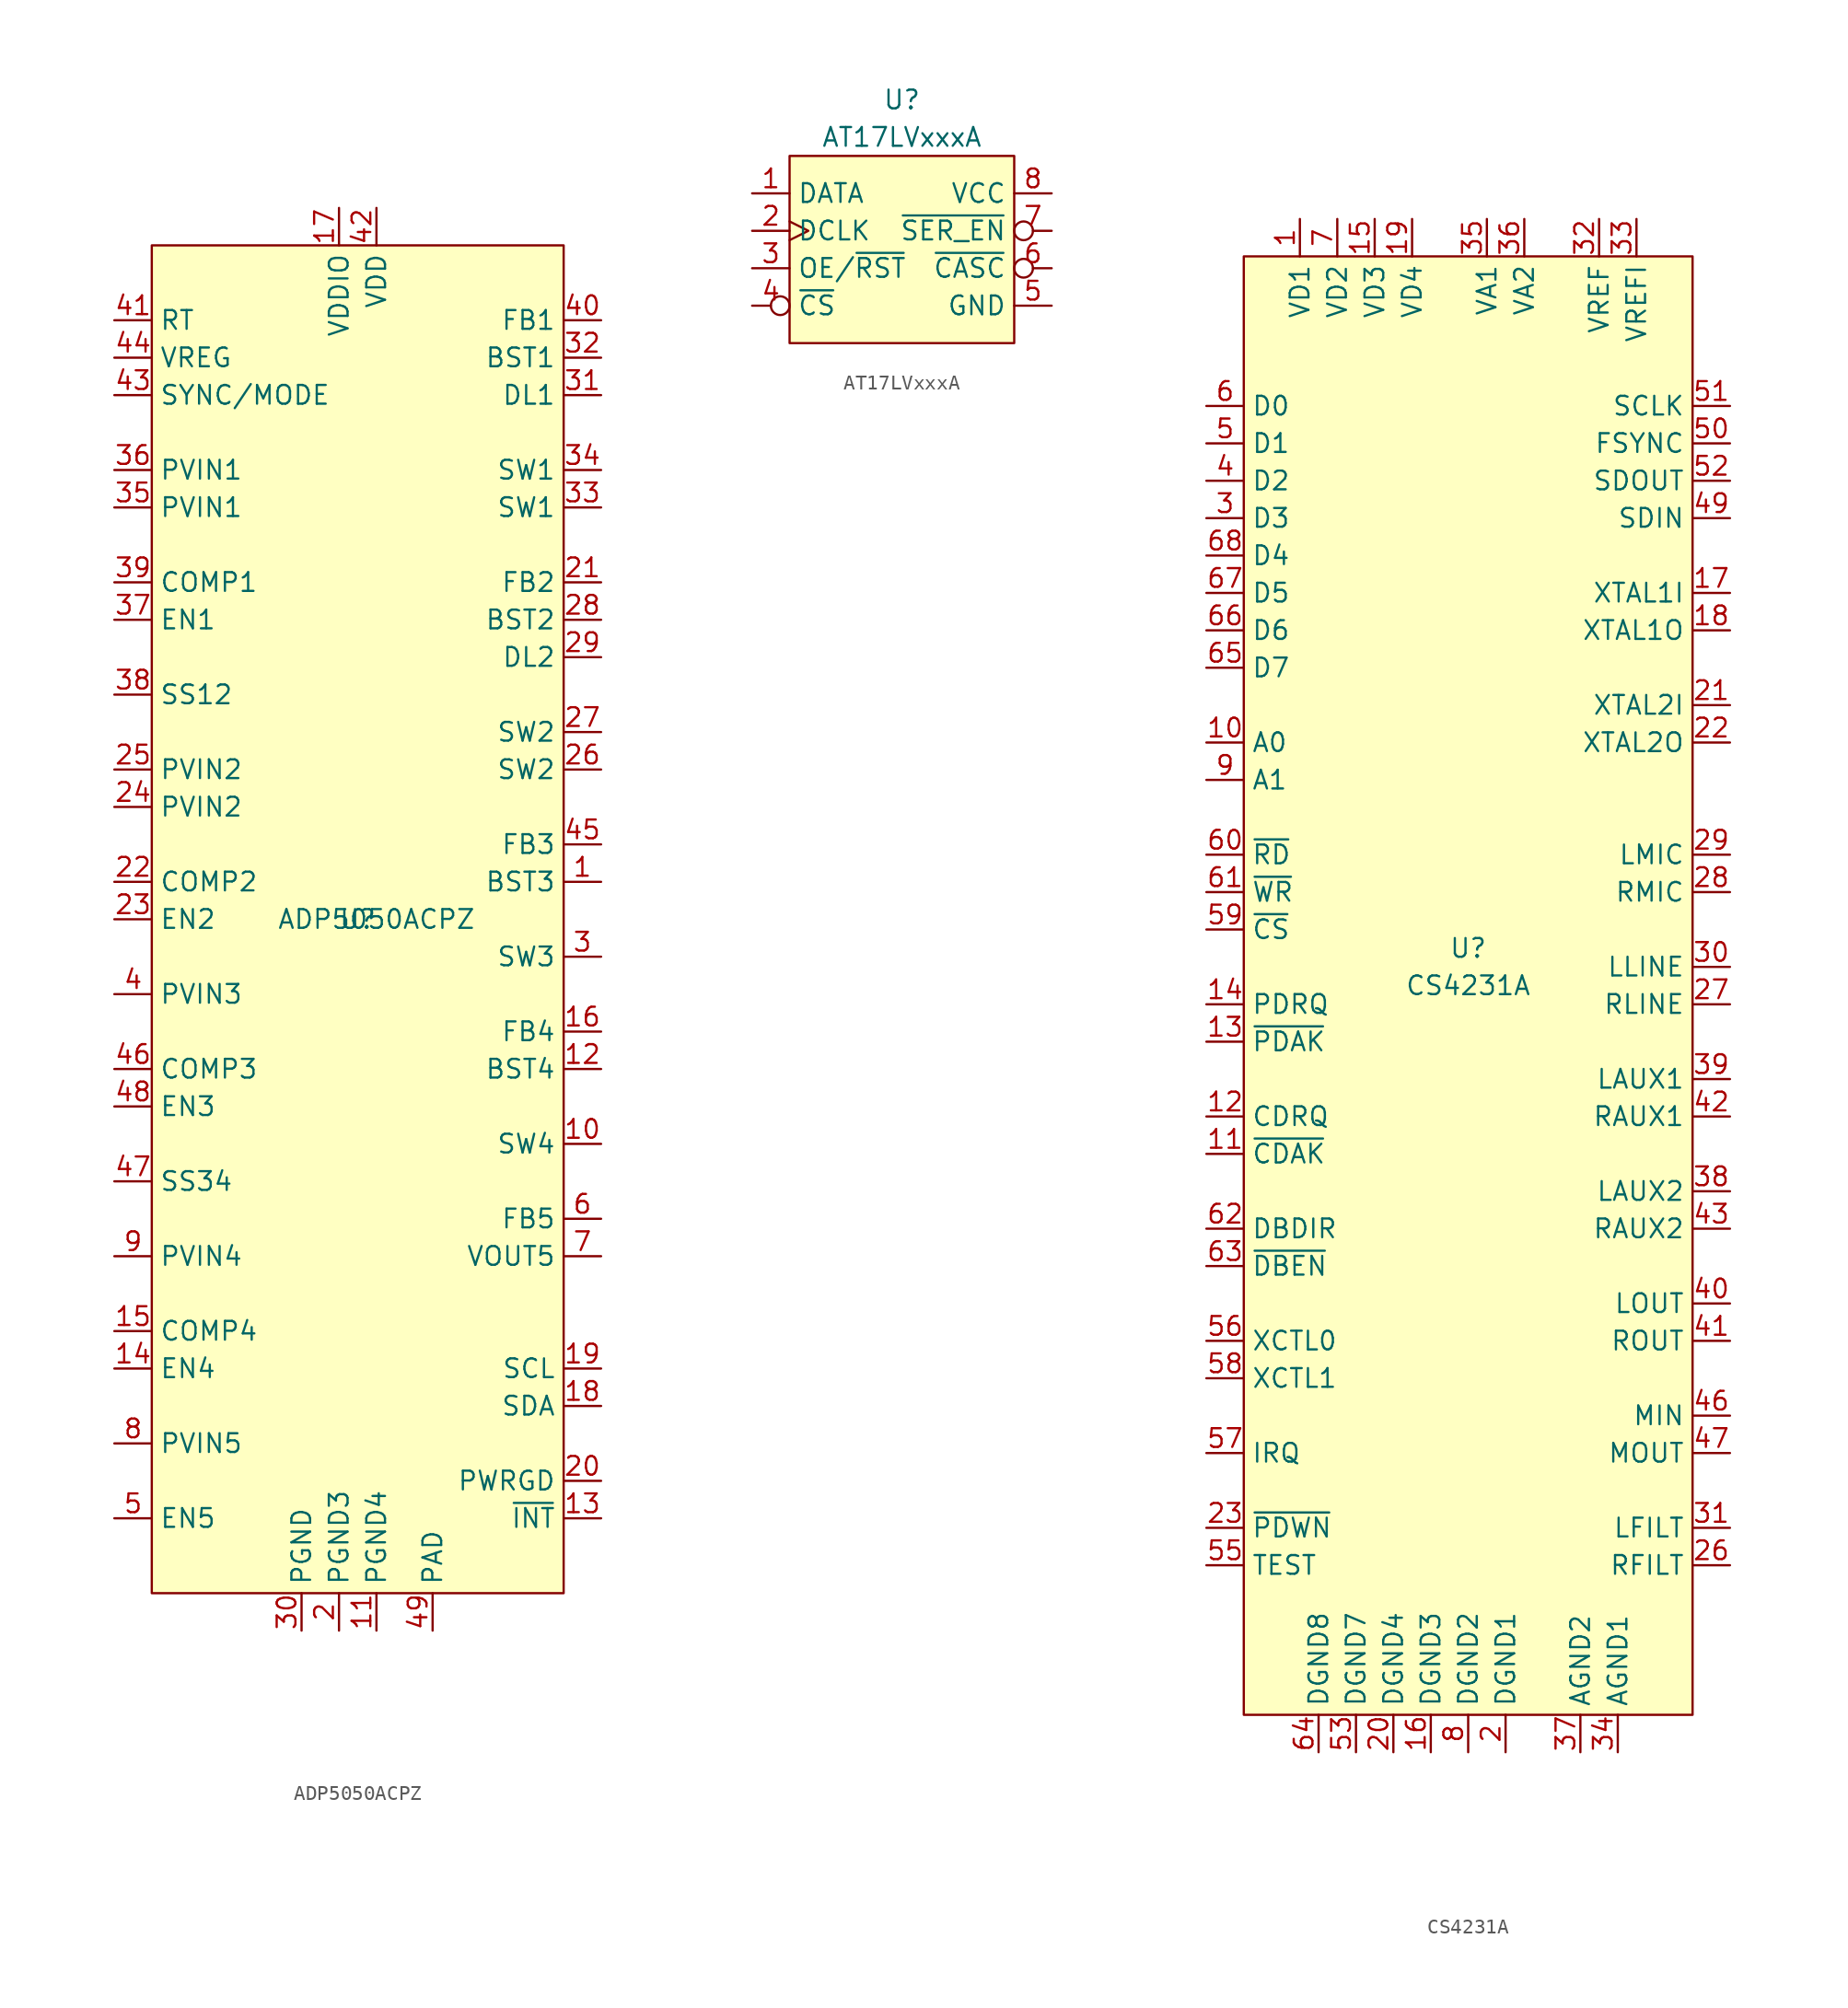
<source format=kicad_sym>
(kicad_symbol_lib
  (version 20220914)
  (generator kicad_symbol_editor)
  (symbol "ADP5050ACPZ"
    (property "Reference" "U"
      (at 0 0 0)
      (effects (font (size 1.27 1.27))))
    (property "Value" "ADP5050ACPZ"
      (at 1.27 0 0)
      (effects (font (size 1.27 1.27))))
    (symbol "ADP5050ACPZ_1_0"
      (pin power_out line (at 16.51 2.54 180) (length 2.54) (name "BST3" (effects (font (size 1.27 1.27)))) (number "1" (effects (font (size 1.27 1.27)))))
      (pin output line (at 16.51 -15.24 180) (length 2.54) (name "SW4" (effects (font (size 1.27 1.27)))) (number "10" (effects (font (size 1.27 1.27)))))
      (pin power_in line (at 1.27 -48.26 90) (length 2.54) (name "PGND4" (effects (font (size 1.27 1.27)))) (number "11" (effects (font (size 1.27 1.27)))))
      (pin power_out line (at 16.51 -10.16 180) (length 2.54) (name "BST4" (effects (font (size 1.27 1.27)))) (number "12" (effects (font (size 1.27 1.27)))))
      (pin output line (at 16.51 -40.64 180) (length 2.54) (name "~{INT}" (effects (font (size 1.27 1.27)))) (number "13" (effects (font (size 1.27 1.27)))))
      (pin input line (at -16.51 -30.48 0) (length 2.54) (name "EN4" (effects (font (size 1.27 1.27)))) (number "14" (effects (font (size 1.27 1.27)))))
      (pin output line (at -16.51 -27.94 0) (length 2.54) (name "COMP4" (effects (font (size 1.27 1.27)))) (number "15" (effects (font (size 1.27 1.27)))))
      (pin input line (at 16.51 -7.62 180) (length 2.54) (name "FB4" (effects (font (size 1.27 1.27)))) (number "16" (effects (font (size 1.27 1.27)))))
      (pin power_in line (at -1.27 48.26 270) (length 2.54) (name "VDDIO" (effects (font (size 1.27 1.27)))) (number "17" (effects (font (size 1.27 1.27)))))
      (pin bidirectional line (at 16.51 -33.02 180) (length 2.54) (name "SDA" (effects (font (size 1.27 1.27)))) (number "18" (effects (font (size 1.27 1.27)))))
      (pin input line (at 16.51 -30.48 180) (length 2.54) (name "SCL" (effects (font (size 1.27 1.27)))) (number "19" (effects (font (size 1.27 1.27)))))
      (pin power_in line (at -1.27 -48.26 90) (length 2.54) (name "PGND3" (effects (font (size 1.27 1.27)))) (number "2" (effects (font (size 1.27 1.27)))))
      (pin output line (at 16.51 -38.1 180) (length 2.54) (name "PWRGD" (effects (font (size 1.27 1.27)))) (number "20" (effects (font (size 1.27 1.27)))))
      (pin input line (at 16.51 22.86 180) (length 2.54) (name "FB2" (effects (font (size 1.27 1.27)))) (number "21" (effects (font (size 1.27 1.27)))))
      (pin output line (at -16.51 2.54 0) (length 2.54) (name "COMP2" (effects (font (size 1.27 1.27)))) (number "22" (effects (font (size 1.27 1.27)))))
      (pin input line (at -16.51 0 0) (length 2.54) (name "EN2" (effects (font (size 1.27 1.27)))) (number "23" (effects (font (size 1.27 1.27)))))
      (pin power_in line (at -16.51 7.62 0) (length 2.54) (name "PVIN2" (effects (font (size 1.27 1.27)))) (number "24" (effects (font (size 1.27 1.27)))))
      (pin power_in line (at -16.51 10.16 0) (length 2.54) (name "PVIN2" (effects (font (size 1.27 1.27)))) (number "25" (effects (font (size 1.27 1.27)))))
      (pin output line (at 16.51 10.16 180) (length 2.54) (name "SW2" (effects (font (size 1.27 1.27)))) (number "26" (effects (font (size 1.27 1.27)))))
      (pin output line (at 16.51 12.7 180) (length 2.54) (name "SW2" (effects (font (size 1.27 1.27)))) (number "27" (effects (font (size 1.27 1.27)))))
      (pin power_out line (at 16.51 20.32 180) (length 2.54) (name "BST2" (effects (font (size 1.27 1.27)))) (number "28" (effects (font (size 1.27 1.27)))))
      (pin input line (at 16.51 17.78 180) (length 2.54) (name "DL2" (effects (font (size 1.27 1.27)))) (number "29" (effects (font (size 1.27 1.27)))))
      (pin output line (at 16.51 -2.54 180) (length 2.54) (name "SW3" (effects (font (size 1.27 1.27)))) (number "3" (effects (font (size 1.27 1.27)))))
      (pin power_in line (at -3.81 -48.26 90) (length 2.54) (name "PGND" (effects (font (size 1.27 1.27)))) (number "30" (effects (font (size 1.27 1.27)))))
      (pin input line (at 16.51 35.56 180) (length 2.54) (name "DL1" (effects (font (size 1.27 1.27)))) (number "31" (effects (font (size 1.27 1.27)))))
      (pin power_out line (at 16.51 38.1 180) (length 2.54) (name "BST1" (effects (font (size 1.27 1.27)))) (number "32" (effects (font (size 1.27 1.27)))))
      (pin output line (at 16.51 27.94 180) (length 2.54) (name "SW1" (effects (font (size 1.27 1.27)))) (number "33" (effects (font (size 1.27 1.27)))))
      (pin output line (at 16.51 30.48 180) (length 2.54) (name "SW1" (effects (font (size 1.27 1.27)))) (number "34" (effects (font (size 1.27 1.27)))))
      (pin power_in line (at -16.51 27.94 0) (length 2.54) (name "PVIN1" (effects (font (size 1.27 1.27)))) (number "35" (effects (font (size 1.27 1.27)))))
      (pin power_in line (at -16.51 30.48 0) (length 2.54) (name "PVIN1" (effects (font (size 1.27 1.27)))) (number "36" (effects (font (size 1.27 1.27)))))
      (pin input line (at -16.51 20.32 0) (length 2.54) (name "EN1" (effects (font (size 1.27 1.27)))) (number "37" (effects (font (size 1.27 1.27)))))
      (pin input line (at -16.51 15.24 0) (length 2.54) (name "SS12" (effects (font (size 1.27 1.27)))) (number "38" (effects (font (size 1.27 1.27)))))
      (pin output line (at -16.51 22.86 0) (length 2.54) (name "COMP1" (effects (font (size 1.27 1.27)))) (number "39" (effects (font (size 1.27 1.27)))))
      (pin power_in line (at -16.51 -5.08 0) (length 2.54) (name "PVIN3" (effects (font (size 1.27 1.27)))) (number "4" (effects (font (size 1.27 1.27)))))
      (pin input line (at 16.51 40.64 180) (length 2.54) (name "FB1" (effects (font (size 1.27 1.27)))) (number "40" (effects (font (size 1.27 1.27)))))
      (pin input line (at -16.51 40.64 0) (length 2.54) (name "RT" (effects (font (size 1.27 1.27)))) (number "41" (effects (font (size 1.27 1.27)))))
      (pin power_in line (at 1.27 48.26 270) (length 2.54) (name "VDD" (effects (font (size 1.27 1.27)))) (number "42" (effects (font (size 1.27 1.27)))))
      (pin bidirectional line (at -16.51 35.56 0) (length 2.54) (name "SYNC/MODE" (effects (font (size 1.27 1.27)))) (number "43" (effects (font (size 1.27 1.27)))))
      (pin power_out line (at -16.51 38.1 0) (length 2.54) (name "VREG" (effects (font (size 1.27 1.27)))) (number "44" (effects (font (size 1.27 1.27)))))
      (pin input line (at 16.51 5.08 180) (length 2.54) (name "FB3" (effects (font (size 1.27 1.27)))) (number "45" (effects (font (size 1.27 1.27)))))
      (pin output line (at -16.51 -10.16 0) (length 2.54) (name "COMP3" (effects (font (size 1.27 1.27)))) (number "46" (effects (font (size 1.27 1.27)))))
      (pin input line (at -16.51 -17.78 0) (length 2.54) (name "SS34" (effects (font (size 1.27 1.27)))) (number "47" (effects (font (size 1.27 1.27)))))
      (pin input line (at -16.51 -12.7 0) (length 2.54) (name "EN3" (effects (font (size 1.27 1.27)))) (number "48" (effects (font (size 1.27 1.27)))))
      (pin power_in line (at 5.08 -48.26 90) (length 2.54) (name "PAD" (effects (font (size 1.27 1.27)))) (number "49" (effects (font (size 1.27 1.27)))))
      (pin input line (at -16.51 -40.64 0) (length 2.54) (name "EN5" (effects (font (size 1.27 1.27)))) (number "5" (effects (font (size 1.27 1.27)))))
      (pin input line (at 16.51 -20.32 180) (length 2.54) (name "FB5" (effects (font (size 1.27 1.27)))) (number "6" (effects (font (size 1.27 1.27)))))
      (pin power_out line (at 16.51 -22.86 180) (length 2.54) (name "VOUT5" (effects (font (size 1.27 1.27)))) (number "7" (effects (font (size 1.27 1.27)))))
      (pin power_in line (at -16.51 -35.56 0) (length 2.54) (name "PVIN5" (effects (font (size 1.27 1.27)))) (number "8" (effects (font (size 1.27 1.27)))))
      (pin power_in line (at -16.51 -22.86 0) (length 2.54) (name "PVIN4" (effects (font (size 1.27 1.27)))) (number "9" (effects (font (size 1.27 1.27))))))
    (symbol "ADP5050ACPZ_1_1"
      (rectangle (start -13.97 45.72) (end 13.97 -45.72) (stroke (width 0) (type default)) (fill (type background)))))
  (symbol "AT17LVxxxA"
    (property "Reference" "U"
      (at 0 10.16 0)
      (effects (font (size 1.27 1.27))))
    (property "Value" "AT17LVxxxA"
      (at 0 7.62 0)
      (effects (font (size 1.27 1.27))))
    (symbol "AT17LVxxxA_1_1"
      (rectangle (start -7.62 6.35) (end 7.62 -6.35) (stroke (width 0) (type default)) (fill (type background)))
      (pin bidirectional line (at -10.16 3.81 0) (length 2.54) (name "DATA" (effects (font (size 1.27 1.27)))) (number "1" (effects (font (size 1.27 1.27)))))
      (pin bidirectional clock (at -10.16 1.27 0) (length 2.54) (name "DCLK" (effects (font (size 1.27 1.27)))) (number "2" (effects (font (size 1.27 1.27)))))
      (pin bidirectional line (at -10.16 -1.27 0) (length 2.54) (name "OE/~{RST}" (effects (font (size 1.27 1.27)))) (number "3" (effects (font (size 1.27 1.27)))))
      (pin input inverted (at -10.16 -3.81 0) (length 2.54) (name "~{CS}" (effects (font (size 1.27 1.27)))) (number "4" (effects (font (size 1.27 1.27)))))
      (pin power_in line (at 10.16 -3.81 180) (length 2.54) (name "GND" (effects (font (size 1.27 1.27)))) (number "5" (effects (font (size 1.27 1.27)))))
      (pin output inverted (at 10.16 -1.27 180) (length 2.54) (name "~{CASC}" (effects (font (size 1.27 1.27)))) (number "6" (effects (font (size 1.27 1.27)))))
      (pin input inverted (at 10.16 1.27 180) (length 2.54) (name "~{SER_EN}" (effects (font (size 1.27 1.27)))) (number "7" (effects (font (size 1.27 1.27)))))
      (pin power_in line (at 10.16 3.81 180) (length 2.54) (name "VCC" (effects (font (size 1.27 1.27)))) (number "8" (effects (font (size 1.27 1.27)))))))
  (symbol "CS4231A"
    (property "Reference" "U"
      (at 0 1.27 0)
      (effects (font (size 1.27 1.27))))
    (property "Value" "CS4231A"
      (at 0 -1.27 0)
      (effects (font (size 1.27 1.27))))
    (symbol "CS4231A_1_1"
      (rectangle (start -15.24 48.26) (end 15.24 -50.8) (stroke (width 0) (type default)) (fill (type background)))
      (pin power_in line (at -11.43 50.8 270) (length 2.54) (name "VD1" (effects (font (size 1.27 1.27)))) (number "1" (effects (font (size 1.27 1.27)))))
      (pin input line (at -17.78 15.24 0) (length 2.54) (name "A0" (effects (font (size 1.27 1.27)))) (number "10" (effects (font (size 1.27 1.27)))))
      (pin input line (at -17.78 -12.7 0) (length 2.54) (name "~{CDAK}" (effects (font (size 1.27 1.27)))) (number "11" (effects (font (size 1.27 1.27)))))
      (pin output line (at -17.78 -10.16 0) (length 2.54) (name "CDRQ" (effects (font (size 1.27 1.27)))) (number "12" (effects (font (size 1.27 1.27)))))
      (pin input line (at -17.78 -5.08 0) (length 2.54) (name "~{PDAK}" (effects (font (size 1.27 1.27)))) (number "13" (effects (font (size 1.27 1.27)))))
      (pin output line (at -17.78 -2.54 0) (length 2.54) (name "PDRQ" (effects (font (size 1.27 1.27)))) (number "14" (effects (font (size 1.27 1.27)))))
      (pin power_in line (at -6.35 50.8 270) (length 2.54) (name "VD3" (effects (font (size 1.27 1.27)))) (number "15" (effects (font (size 1.27 1.27)))))
      (pin power_in line (at -2.54 -53.34 90) (length 2.54) (name "DGND3" (effects (font (size 1.27 1.27)))) (number "16" (effects (font (size 1.27 1.27)))))
      (pin input line (at 17.78 25.4 180) (length 2.54) (name "XTAL1I" (effects (font (size 1.27 1.27)))) (number "17" (effects (font (size 1.27 1.27)))))
      (pin output line (at 17.78 22.86 180) (length 2.54) (name "XTAL1O" (effects (font (size 1.27 1.27)))) (number "18" (effects (font (size 1.27 1.27)))))
      (pin power_in line (at -3.81 50.8 270) (length 2.54) (name "VD4" (effects (font (size 1.27 1.27)))) (number "19" (effects (font (size 1.27 1.27)))))
      (pin power_in line (at 2.54 -53.34 90) (length 2.54) (name "DGND1" (effects (font (size 1.27 1.27)))) (number "2" (effects (font (size 1.27 1.27)))))
      (pin power_in line (at -5.08 -53.34 90) (length 2.54) (name "DGND4" (effects (font (size 1.27 1.27)))) (number "20" (effects (font (size 1.27 1.27)))))
      (pin input line (at 17.78 17.78 180) (length 2.54) (name "XTAL2I" (effects (font (size 1.27 1.27)))) (number "21" (effects (font (size 1.27 1.27)))))
      (pin output line (at 17.78 15.24 180) (length 2.54) (name "XTAL2O" (effects (font (size 1.27 1.27)))) (number "22" (effects (font (size 1.27 1.27)))))
      (pin input line (at -17.78 -38.1 0) (length 2.54) (name "~{PDWN}" (effects (font (size 1.27 1.27)))) (number "23" (effects (font (size 1.27 1.27)))))
      (pin no_connect line (at 17.78 -45.72 180) (length 2.54) hide (name "NC" (effects (font (size 1.27 1.27)))) (number "24" (effects (font (size 1.27 1.27)))))
      (pin no_connect line (at 17.78 -45.72 180) (length 2.54) hide (name "NC" (effects (font (size 1.27 1.27)))) (number "25" (effects (font (size 1.27 1.27)))))
      (pin power_in line (at 17.78 -40.64 180) (length 2.54) (name "RFILT" (effects (font (size 1.27 1.27)))) (number "26" (effects (font (size 1.27 1.27)))))
      (pin input line (at 17.78 -2.54 180) (length 2.54) (name "RLINE" (effects (font (size 1.27 1.27)))) (number "27" (effects (font (size 1.27 1.27)))))
      (pin input line (at 17.78 5.08 180) (length 2.54) (name "RMIC" (effects (font (size 1.27 1.27)))) (number "28" (effects (font (size 1.27 1.27)))))
      (pin input line (at 17.78 7.62 180) (length 2.54) (name "LMIC" (effects (font (size 1.27 1.27)))) (number "29" (effects (font (size 1.27 1.27)))))
      (pin bidirectional line (at -17.78 30.48 0) (length 2.54) (name "D3" (effects (font (size 1.27 1.27)))) (number "3" (effects (font (size 1.27 1.27)))))
      (pin input line (at 17.78 0 180) (length 2.54) (name "LLINE" (effects (font (size 1.27 1.27)))) (number "30" (effects (font (size 1.27 1.27)))))
      (pin power_in line (at 17.78 -38.1 180) (length 2.54) (name "LFILT" (effects (font (size 1.27 1.27)))) (number "31" (effects (font (size 1.27 1.27)))))
      (pin power_out line (at 8.89 50.8 270) (length 2.54) (name "VREF" (effects (font (size 1.27 1.27)))) (number "32" (effects (font (size 1.27 1.27)))))
      (pin power_in line (at 11.43 50.8 270) (length 2.54) (name "VREFI" (effects (font (size 1.27 1.27)))) (number "33" (effects (font (size 1.27 1.27)))))
      (pin power_in line (at 10.16 -53.34 90) (length 2.54) (name "AGND1" (effects (font (size 1.27 1.27)))) (number "34" (effects (font (size 1.27 1.27)))))
      (pin power_in line (at 1.27 50.8 270) (length 2.54) (name "VA1" (effects (font (size 1.27 1.27)))) (number "35" (effects (font (size 1.27 1.27)))))
      (pin power_in line (at 3.81 50.8 270) (length 2.54) (name "VA2" (effects (font (size 1.27 1.27)))) (number "36" (effects (font (size 1.27 1.27)))))
      (pin power_in line (at 7.62 -53.34 90) (length 2.54) (name "AGND2" (effects (font (size 1.27 1.27)))) (number "37" (effects (font (size 1.27 1.27)))))
      (pin input line (at 17.78 -15.24 180) (length 2.54) (name "LAUX2" (effects (font (size 1.27 1.27)))) (number "38" (effects (font (size 1.27 1.27)))))
      (pin input line (at 17.78 -7.62 180) (length 2.54) (name "LAUX1" (effects (font (size 1.27 1.27)))) (number "39" (effects (font (size 1.27 1.27)))))
      (pin bidirectional line (at -17.78 33.02 0) (length 2.54) (name "D2" (effects (font (size 1.27 1.27)))) (number "4" (effects (font (size 1.27 1.27)))))
      (pin output line (at 17.78 -22.86 180) (length 2.54) (name "LOUT" (effects (font (size 1.27 1.27)))) (number "40" (effects (font (size 1.27 1.27)))))
      (pin output line (at 17.78 -25.4 180) (length 2.54) (name "ROUT" (effects (font (size 1.27 1.27)))) (number "41" (effects (font (size 1.27 1.27)))))
      (pin input line (at 17.78 -10.16 180) (length 2.54) (name "RAUX1" (effects (font (size 1.27 1.27)))) (number "42" (effects (font (size 1.27 1.27)))))
      (pin input line (at 17.78 -17.78 180) (length 2.54) (name "RAUX2" (effects (font (size 1.27 1.27)))) (number "43" (effects (font (size 1.27 1.27)))))
      (pin no_connect line (at 17.78 -45.72 180) (length 2.54) hide (name "NC" (effects (font (size 1.27 1.27)))) (number "44" (effects (font (size 1.27 1.27)))))
      (pin no_connect line (at 17.78 -45.72 180) (length 2.54) hide (name "NC" (effects (font (size 1.27 1.27)))) (number "45" (effects (font (size 1.27 1.27)))))
      (pin input line (at 17.78 -30.48 180) (length 2.54) (name "MIN" (effects (font (size 1.27 1.27)))) (number "46" (effects (font (size 1.27 1.27)))))
      (pin output line (at 17.78 -33.02 180) (length 2.54) (name "MOUT" (effects (font (size 1.27 1.27)))) (number "47" (effects (font (size 1.27 1.27)))))
      (pin no_connect line (at 17.78 -45.72 180) (length 2.54) hide (name "NC" (effects (font (size 1.27 1.27)))) (number "48" (effects (font (size 1.27 1.27)))))
      (pin input line (at 17.78 30.48 180) (length 2.54) (name "SDIN" (effects (font (size 1.27 1.27)))) (number "49" (effects (font (size 1.27 1.27)))))
      (pin bidirectional line (at -17.78 35.56 0) (length 2.54) (name "D1" (effects (font (size 1.27 1.27)))) (number "5" (effects (font (size 1.27 1.27)))))
      (pin output line (at 17.78 35.56 180) (length 2.54) (name "FSYNC" (effects (font (size 1.27 1.27)))) (number "50" (effects (font (size 1.27 1.27)))))
      (pin output line (at 17.78 38.1 180) (length 2.54) (name "SCLK" (effects (font (size 1.27 1.27)))) (number "51" (effects (font (size 1.27 1.27)))))
      (pin output line (at 17.78 33.02 180) (length 2.54) (name "SDOUT" (effects (font (size 1.27 1.27)))) (number "52" (effects (font (size 1.27 1.27)))))
      (pin power_in line (at -7.62 -53.34 90) (length 2.54) (name "DGND7" (effects (font (size 1.27 1.27)))) (number "53" (effects (font (size 1.27 1.27)))))
      (pin no_connect line (at 17.78 -45.72 180) (length 2.54) hide (name "NC" (effects (font (size 1.27 1.27)))) (number "54" (effects (font (size 1.27 1.27)))))
      (pin input line (at -17.78 -40.64 0) (length 2.54) (name "TEST" (effects (font (size 1.27 1.27)))) (number "55" (effects (font (size 1.27 1.27)))))
      (pin output line (at -17.78 -25.4 0) (length 2.54) (name "XCTL0" (effects (font (size 1.27 1.27)))) (number "56" (effects (font (size 1.27 1.27)))))
      (pin output line (at -17.78 -33.02 0) (length 2.54) (name "IRQ" (effects (font (size 1.27 1.27)))) (number "57" (effects (font (size 1.27 1.27)))))
      (pin output line (at -17.78 -27.94 0) (length 2.54) (name "XCTL1" (effects (font (size 1.27 1.27)))) (number "58" (effects (font (size 1.27 1.27)))))
      (pin input line (at -17.78 2.54 0) (length 2.54) (name "~{CS}" (effects (font (size 1.27 1.27)))) (number "59" (effects (font (size 1.27 1.27)))))
      (pin bidirectional line (at -17.78 38.1 0) (length 2.54) (name "D0" (effects (font (size 1.27 1.27)))) (number "6" (effects (font (size 1.27 1.27)))))
      (pin input line (at -17.78 7.62 0) (length 2.54) (name "~{RD}" (effects (font (size 1.27 1.27)))) (number "60" (effects (font (size 1.27 1.27)))))
      (pin input line (at -17.78 5.08 0) (length 2.54) (name "~{WR}" (effects (font (size 1.27 1.27)))) (number "61" (effects (font (size 1.27 1.27)))))
      (pin output line (at -17.78 -17.78 0) (length 2.54) (name "DBDIR" (effects (font (size 1.27 1.27)))) (number "62" (effects (font (size 1.27 1.27)))))
      (pin output line (at -17.78 -20.32 0) (length 2.54) (name "~{DBEN}" (effects (font (size 1.27 1.27)))) (number "63" (effects (font (size 1.27 1.27)))))
      (pin power_in line (at -10.16 -53.34 90) (length 2.54) (name "DGND8" (effects (font (size 1.27 1.27)))) (number "64" (effects (font (size 1.27 1.27)))))
      (pin bidirectional line (at -17.78 20.32 0) (length 2.54) (name "D7" (effects (font (size 1.27 1.27)))) (number "65" (effects (font (size 1.27 1.27)))))
      (pin bidirectional line (at -17.78 22.86 0) (length 2.54) (name "D6" (effects (font (size 1.27 1.27)))) (number "66" (effects (font (size 1.27 1.27)))))
      (pin bidirectional line (at -17.78 25.4 0) (length 2.54) (name "D5" (effects (font (size 1.27 1.27)))) (number "67" (effects (font (size 1.27 1.27)))))
      (pin bidirectional line (at -17.78 27.94 0) (length 2.54) (name "D4" (effects (font (size 1.27 1.27)))) (number "68" (effects (font (size 1.27 1.27)))))
      (pin power_in line (at -8.89 50.8 270) (length 2.54) (name "VD2" (effects (font (size 1.27 1.27)))) (number "7" (effects (font (size 1.27 1.27)))))
      (pin power_in line (at 0 -53.34 90) (length 2.54) (name "DGND2" (effects (font (size 1.27 1.27)))) (number "8" (effects (font (size 1.27 1.27)))))
      (pin input line (at -17.78 12.7 0) (length 2.54) (name "A1" (effects (font (size 1.27 1.27)))) (number "9" (effects (font (size 1.27 1.27))))))))
</source>
